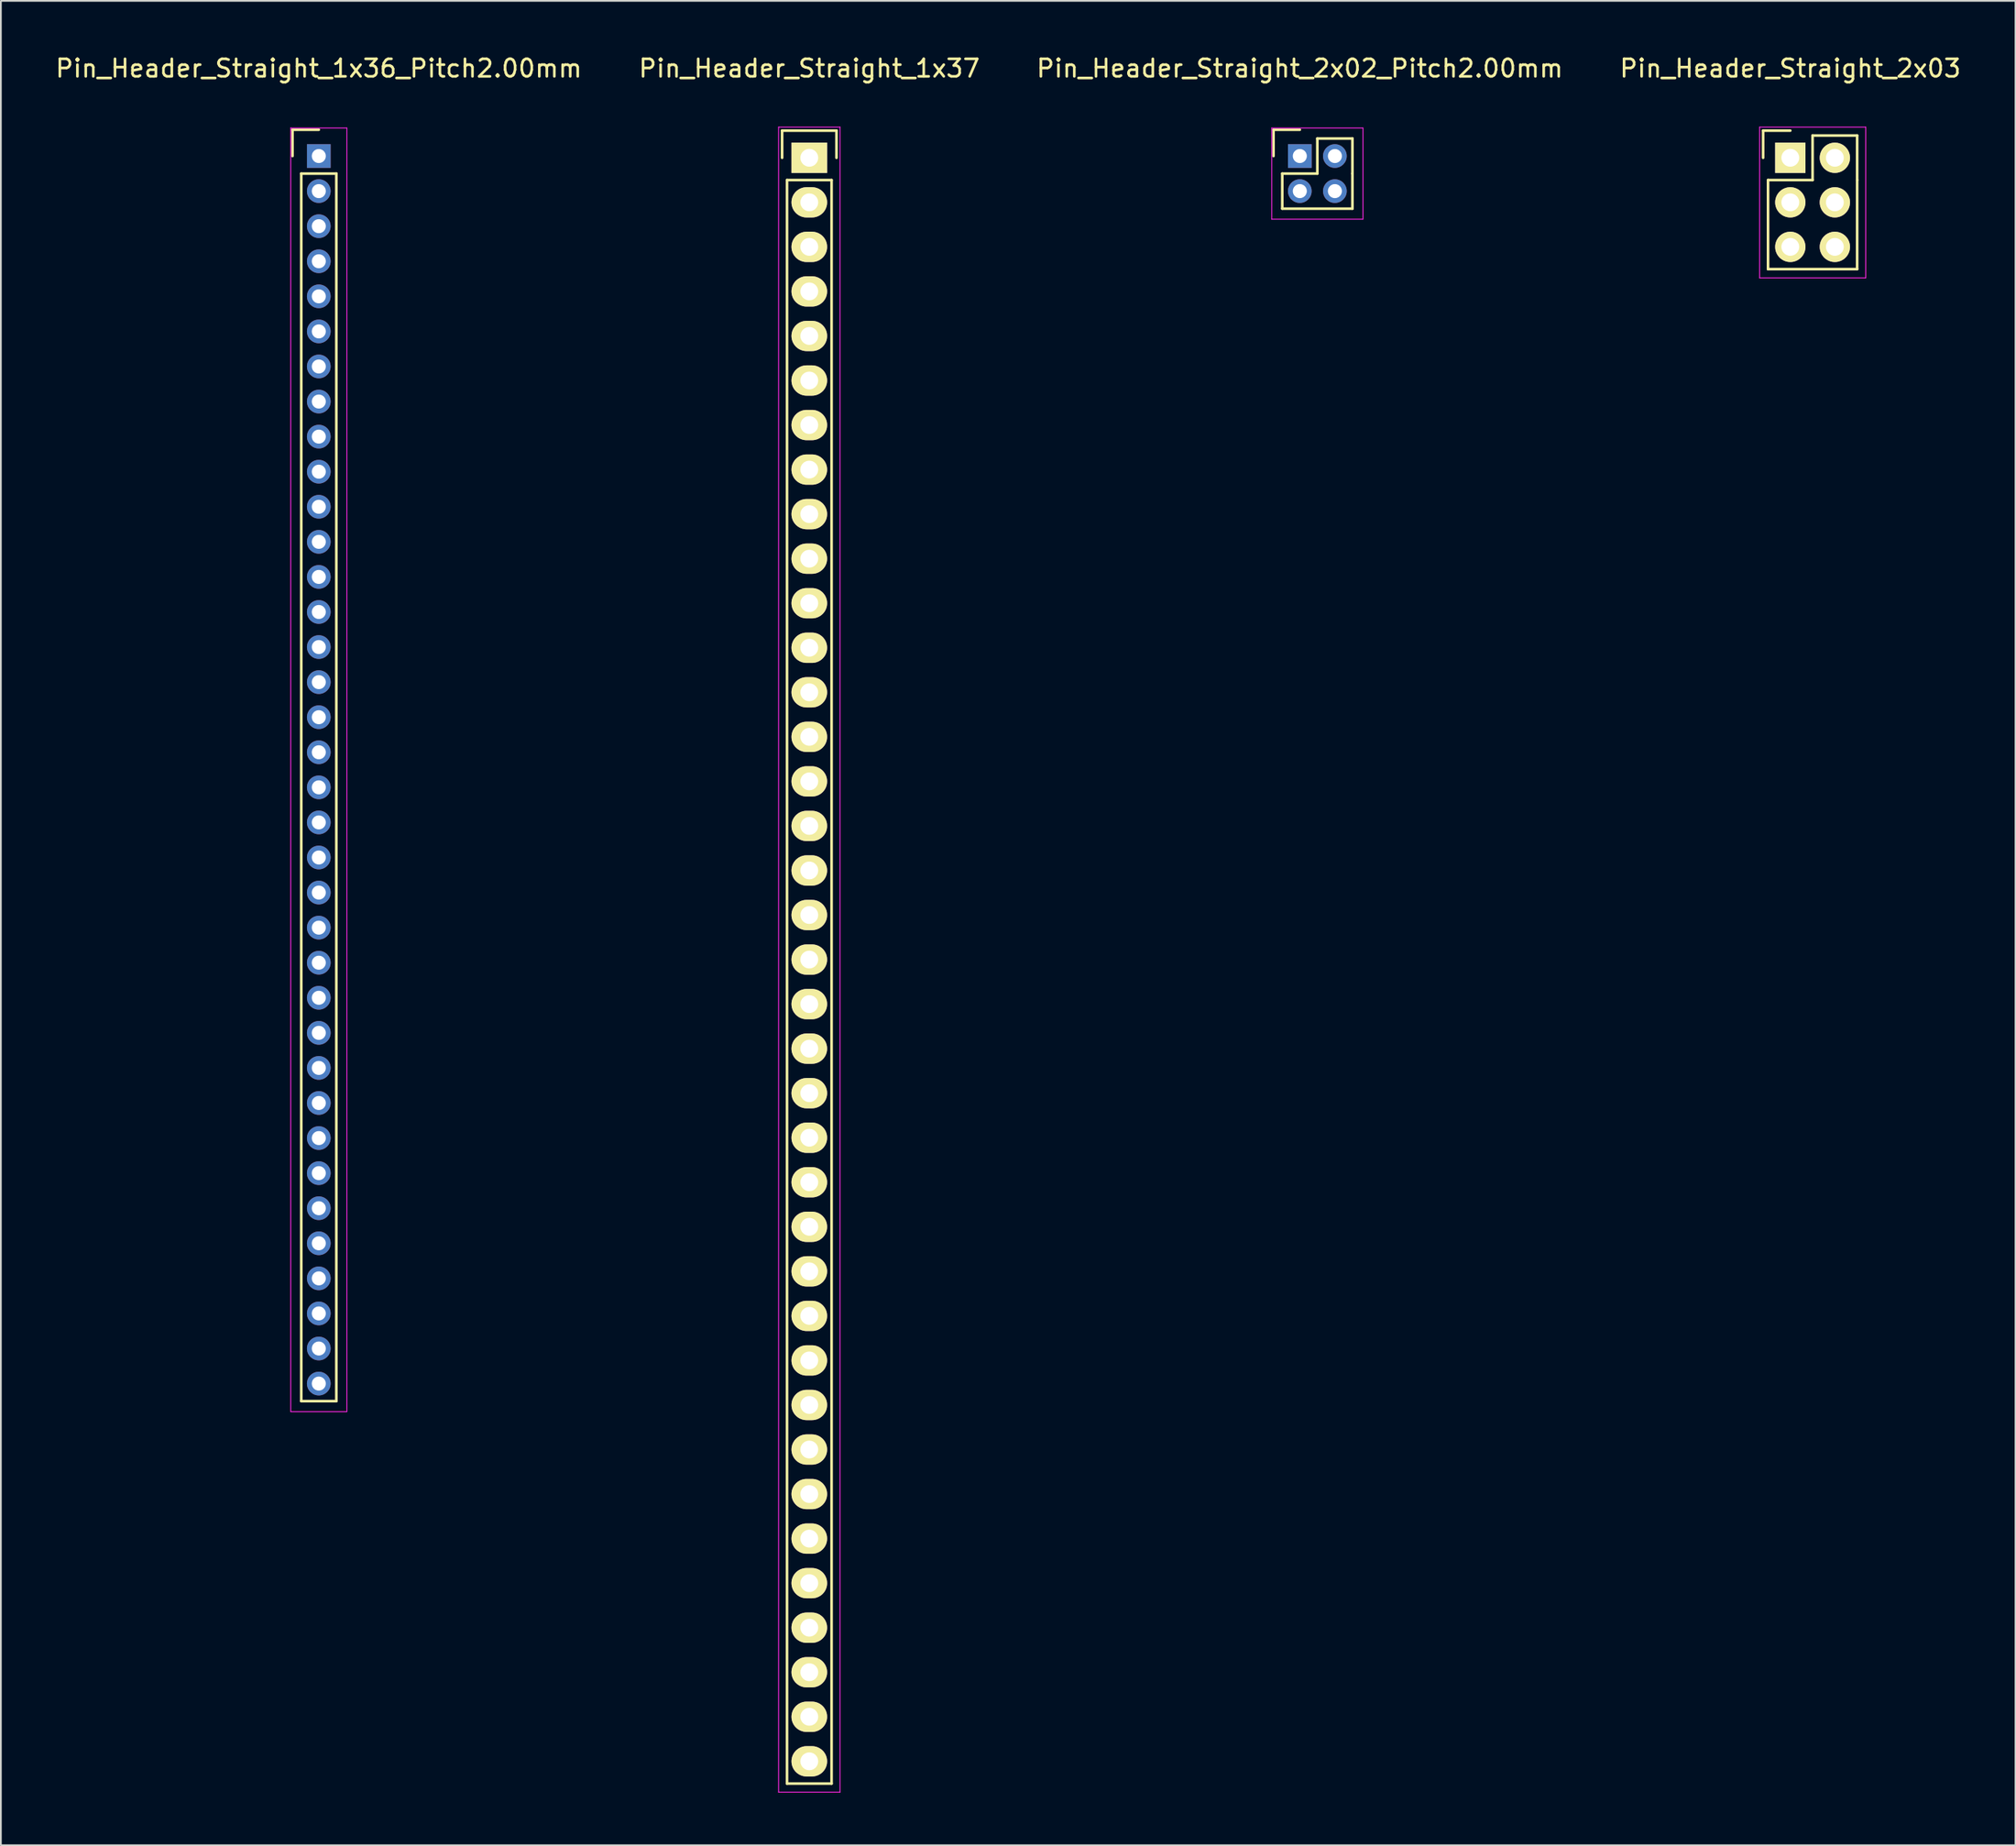
<source format=kicad_pcb>
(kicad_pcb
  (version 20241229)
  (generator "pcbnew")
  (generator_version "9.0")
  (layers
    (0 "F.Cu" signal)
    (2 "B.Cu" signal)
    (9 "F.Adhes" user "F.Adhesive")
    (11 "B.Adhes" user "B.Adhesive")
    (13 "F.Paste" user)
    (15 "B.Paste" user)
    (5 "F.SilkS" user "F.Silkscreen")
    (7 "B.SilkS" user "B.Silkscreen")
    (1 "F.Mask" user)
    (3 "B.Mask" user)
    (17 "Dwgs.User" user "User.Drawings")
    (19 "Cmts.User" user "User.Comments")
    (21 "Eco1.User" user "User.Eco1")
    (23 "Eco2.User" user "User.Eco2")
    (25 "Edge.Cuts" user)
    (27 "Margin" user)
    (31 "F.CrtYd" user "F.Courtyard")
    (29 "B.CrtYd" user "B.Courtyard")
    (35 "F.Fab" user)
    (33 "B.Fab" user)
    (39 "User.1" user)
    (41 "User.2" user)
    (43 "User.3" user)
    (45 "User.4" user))
  (footprint "Pin_Header_Straight_2x03"
    (layer "F.Cu")
    (at 99.018 5.948)
    (property "Reference" "Pin_Header_Straight_2x03" (at 0 -5.1 0) (layer "F.SilkS") (effects (font (size 1 1) (thickness 0.15))))
    (attr through_hole)
    (fp_line (start -1.55 -1.55) (end -1.55 0) (stroke (width 0.15) (type solid)) (layer "F.SilkS"))
    (fp_line (start -1.55 -1.55) (end 0 -1.55) (stroke (width 0.15) (type solid)) (layer "F.SilkS"))
    (fp_line (start -1.27 1.27) (end -1.27 6.35) (stroke (width 0.15) (type solid)) (layer "F.SilkS"))
    (fp_line (start -1.27 6.35) (end 3.81 6.35) (stroke (width 0.15) (type solid)) (layer "F.SilkS"))
    (fp_line (start 1.27 -1.27) (end 1.27 1.27) (stroke (width 0.15) (type solid)) (layer "F.SilkS"))
    (fp_line (start 1.27 1.27) (end -1.27 1.27) (stroke (width 0.15) (type solid)) (layer "F.SilkS"))
    (fp_line (start 3.81 -1.27) (end 1.27 -1.27) (stroke (width 0.15) (type solid)) (layer "F.SilkS"))
    (fp_line (start 3.81 1.27) (end 3.81 -1.27) (stroke (width 0.15) (type solid)) (layer "F.SilkS"))
    (fp_line (start 3.81 6.35) (end 3.81 1.27) (stroke (width 0.15) (type solid)) (layer "F.SilkS"))
    (fp_line (start -1.75 -1.75) (end -1.75 6.85) (stroke (width 0.05) (type solid)) (layer "F.CrtYd"))
    (fp_line (start -1.75 -1.75) (end 4.3 -1.75) (stroke (width 0.05) (type solid)) (layer "F.CrtYd"))
    (fp_line (start -1.75 6.85) (end 4.3 6.85) (stroke (width 0.05) (type solid)) (layer "F.CrtYd"))
    (fp_line (start 4.3 -1.75) (end 4.3 6.85) (stroke (width 0.05) (type solid)) (layer "F.CrtYd"))
    (pad "1" thru_hole rect (at 0 0) (size 1.727 1.727) (drill 1.016) (layers "*.Cu" "*.Mask" "F.SilkS"))
    (pad "2" thru_hole oval (at 2.54 0) (size 1.727 1.727) (drill 1.016) (layers "*.Cu" "*.Mask" "F.SilkS"))
    (pad "3" thru_hole oval (at 0 2.54) (size 1.727 1.727) (drill 1.016) (layers "*.Cu" "*.Mask" "F.SilkS"))
    (pad "4" thru_hole oval (at 2.54 2.54) (size 1.727 1.727) (drill 1.016) (layers "*.Cu" "*.Mask" "F.SilkS"))
    (pad "5" thru_hole oval (at 0 5.08) (size 1.727 1.727) (drill 1.016) (layers "*.Cu" "*.Mask" "F.SilkS"))
    (pad "6" thru_hole oval (at 2.54 5.08) (size 1.727 1.727) (drill 1.016) (layers "*.Cu" "*.Mask" "F.SilkS")))
  (footprint "Pin_Header_Straight_2x02_Pitch2.00mm"
    (layer "F.Cu")
    (at 71.054 5.848)
    (property "Reference" "Pin_Header_Straight_2x02_Pitch2.00mm" (at 0 -5 0) (layer "F.SilkS") (effects (font (size 1 1) (thickness 0.15))))
    (attr through_hole)
    (fp_line (start -1.5 -1.5) (end 0 -1.5) (stroke (width 0.15) (type solid)) (layer "F.SilkS"))
    (fp_line (start -1.5 0) (end -1.5 -1.5) (stroke (width 0.15) (type solid)) (layer "F.SilkS"))
    (fp_line (start -1 1) (end 1 1) (stroke (width 0.15) (type solid)) (layer "F.SilkS"))
    (fp_line (start -1 3) (end -1 1) (stroke (width 0.15) (type solid)) (layer "F.SilkS"))
    (fp_line (start 1 -1) (end 3 -1) (stroke (width 0.15) (type solid)) (layer "F.SilkS"))
    (fp_line (start 1 1) (end 1 -1) (stroke (width 0.15) (type solid)) (layer "F.SilkS"))
    (fp_line (start 3 -1) (end 3 1) (stroke (width 0.15) (type solid)) (layer "F.SilkS"))
    (fp_line (start 3 1) (end 3 3) (stroke (width 0.15) (type solid)) (layer "F.SilkS"))
    (fp_line (start 3 3) (end -1 3) (stroke (width 0.15) (type solid)) (layer "F.SilkS"))
    (fp_line (start -1.6 -1.6) (end 3.6 -1.6) (stroke (width 0.05) (type solid)) (layer "F.CrtYd"))
    (fp_line (start -1.6 3.6) (end -1.6 -1.6) (stroke (width 0.05) (type solid)) (layer "F.CrtYd"))
    (fp_line (start 3.6 -1.6) (end 3.6 3.6) (stroke (width 0.05) (type solid)) (layer "F.CrtYd"))
    (fp_line (start 3.6 3.6) (end -1.6 3.6) (stroke (width 0.05) (type solid)) (layer "F.CrtYd"))
    (pad "1" thru_hole rect (at 0 0) (size 1.35 1.35) (drill 0.8) (layers "*.Cu" "*.Mask"))
    (pad "2" thru_hole circle (at 2 0) (size 1.35 1.35) (drill 0.8) (layers "*.Cu" "*.Mask"))
    (pad "3" thru_hole circle (at 0 2) (size 1.35 1.35) (drill 0.8) (layers "*.Cu" "*.Mask"))
    (pad "4" thru_hole circle (at 2 2) (size 1.35 1.35) (drill 0.8) (layers "*.Cu" "*.Mask")))
  (footprint "Pin_Header_Straight_1x37"
    (layer "F.Cu")
    (at 43.089 5.948)
    (property "Reference" "Pin_Header_Straight_1x37" (at 0 -5.1 0) (layer "F.SilkS") (effects (font (size 1 1) (thickness 0.15))))
    (attr through_hole)
    (fp_line (start -1.55 -1.55) (end 1.55 -1.55) (stroke (width 0.15) (type solid)) (layer "F.SilkS"))
    (fp_line (start -1.55 0) (end -1.55 -1.55) (stroke (width 0.15) (type solid)) (layer "F.SilkS"))
    (fp_line (start -1.27 1.27) (end -1.27 92.71) (stroke (width 0.15) (type solid)) (layer "F.SilkS"))
    (fp_line (start -1.27 92.71) (end 1.27 92.71) (stroke (width 0.15) (type solid)) (layer "F.SilkS"))
    (fp_line (start 1.27 1.27) (end -1.27 1.27) (stroke (width 0.15) (type solid)) (layer "F.SilkS"))
    (fp_line (start 1.27 92.71) (end 1.27 1.27) (stroke (width 0.15) (type solid)) (layer "F.SilkS"))
    (fp_line (start 1.55 -1.55) (end 1.55 0) (stroke (width 0.15) (type solid)) (layer "F.SilkS"))
    (fp_line (start -1.75 -1.75) (end -1.75 93.2) (stroke (width 0.05) (type solid)) (layer "F.CrtYd"))
    (fp_line (start -1.75 -1.75) (end 1.75 -1.75) (stroke (width 0.05) (type solid)) (layer "F.CrtYd"))
    (fp_line (start -1.75 93.2) (end 1.75 93.2) (stroke (width 0.05) (type solid)) (layer "F.CrtYd"))
    (fp_line (start 1.75 -1.75) (end 1.75 93.2) (stroke (width 0.05) (type solid)) (layer "F.CrtYd"))
    (pad "1" thru_hole rect (at 0 0) (size 2.032 1.727) (drill 1.016) (layers "*.Cu" "*.Mask" "F.SilkS"))
    (pad "2" thru_hole oval (at 0 2.54) (size 2.032 1.727) (drill 1.016) (layers "*.Cu" "*.Mask" "F.SilkS"))
    (pad "3" thru_hole oval (at 0 5.08) (size 2.032 1.727) (drill 1.016) (layers "*.Cu" "*.Mask" "F.SilkS"))
    (pad "4" thru_hole oval (at 0 7.62) (size 2.032 1.727) (drill 1.016) (layers "*.Cu" "*.Mask" "F.SilkS"))
    (pad "5" thru_hole oval (at 0 10.16) (size 2.032 1.727) (drill 1.016) (layers "*.Cu" "*.Mask" "F.SilkS"))
    (pad "6" thru_hole oval (at 0 12.7) (size 2.032 1.727) (drill 1.016) (layers "*.Cu" "*.Mask" "F.SilkS"))
    (pad "7" thru_hole oval (at 0 15.24) (size 2.032 1.727) (drill 1.016) (layers "*.Cu" "*.Mask" "F.SilkS"))
    (pad "8" thru_hole oval (at 0 17.78) (size 2.032 1.727) (drill 1.016) (layers "*.Cu" "*.Mask" "F.SilkS"))
    (pad "9" thru_hole oval (at 0 20.32) (size 2.032 1.727) (drill 1.016) (layers "*.Cu" "*.Mask" "F.SilkS"))
    (pad "10" thru_hole oval (at 0 22.86) (size 2.032 1.727) (drill 1.016) (layers "*.Cu" "*.Mask" "F.SilkS"))
    (pad "11" thru_hole oval (at 0 25.4) (size 2.032 1.727) (drill 1.016) (layers "*.Cu" "*.Mask" "F.SilkS"))
    (pad "12" thru_hole oval (at 0 27.94) (size 2.032 1.727) (drill 1.016) (layers "*.Cu" "*.Mask" "F.SilkS"))
    (pad "13" thru_hole oval (at 0 30.48) (size 2.032 1.727) (drill 1.016) (layers "*.Cu" "*.Mask" "F.SilkS"))
    (pad "14" thru_hole oval (at 0 33.02) (size 2.032 1.727) (drill 1.016) (layers "*.Cu" "*.Mask" "F.SilkS"))
    (pad "15" thru_hole oval (at 0 35.56) (size 2.032 1.727) (drill 1.016) (layers "*.Cu" "*.Mask" "F.SilkS"))
    (pad "16" thru_hole oval (at 0 38.1) (size 2.032 1.727) (drill 1.016) (layers "*.Cu" "*.Mask" "F.SilkS"))
    (pad "17" thru_hole oval (at 0 40.64) (size 2.032 1.727) (drill 1.016) (layers "*.Cu" "*.Mask" "F.SilkS"))
    (pad "18" thru_hole oval (at 0 43.18) (size 2.032 1.727) (drill 1.016) (layers "*.Cu" "*.Mask" "F.SilkS"))
    (pad "19" thru_hole oval (at 0 45.72) (size 2.032 1.727) (drill 1.016) (layers "*.Cu" "*.Mask" "F.SilkS"))
    (pad "20" thru_hole oval (at 0 48.26) (size 2.032 1.727) (drill 1.016) (layers "*.Cu" "*.Mask" "F.SilkS"))
    (pad "21" thru_hole oval (at 0 50.8) (size 2.032 1.727) (drill 1.016) (layers "*.Cu" "*.Mask" "F.SilkS"))
    (pad "22" thru_hole oval (at 0 53.34) (size 2.032 1.727) (drill 1.016) (layers "*.Cu" "*.Mask" "F.SilkS"))
    (pad "23" thru_hole oval (at 0 55.88) (size 2.032 1.727) (drill 1.016) (layers "*.Cu" "*.Mask" "F.SilkS"))
    (pad "24" thru_hole oval (at 0 58.42) (size 2.032 1.727) (drill 1.016) (layers "*.Cu" "*.Mask" "F.SilkS"))
    (pad "25" thru_hole oval (at 0 60.96) (size 2.032 1.727) (drill 1.016) (layers "*.Cu" "*.Mask" "F.SilkS"))
    (pad "26" thru_hole oval (at 0 63.5) (size 2.032 1.727) (drill 1.016) (layers "*.Cu" "*.Mask" "F.SilkS"))
    (pad "27" thru_hole oval (at 0 66.04) (size 2.032 1.727) (drill 1.016) (layers "*.Cu" "*.Mask" "F.SilkS"))
    (pad "28" thru_hole oval (at 0 68.58) (size 2.032 1.727) (drill 1.016) (layers "*.Cu" "*.Mask" "F.SilkS"))
    (pad "29" thru_hole oval (at 0 71.12) (size 2.032 1.727) (drill 1.016) (layers "*.Cu" "*.Mask" "F.SilkS"))
    (pad "30" thru_hole oval (at 0 73.66) (size 2.032 1.727) (drill 1.016) (layers "*.Cu" "*.Mask" "F.SilkS"))
    (pad "31" thru_hole oval (at 0 76.2) (size 2.032 1.727) (drill 1.016) (layers "*.Cu" "*.Mask" "F.SilkS"))
    (pad "32" thru_hole oval (at 0 78.74) (size 2.032 1.727) (drill 1.016) (layers "*.Cu" "*.Mask" "F.SilkS"))
    (pad "33" thru_hole oval (at 0 81.28) (size 2.032 1.727) (drill 1.016) (layers "*.Cu" "*.Mask" "F.SilkS"))
    (pad "34" thru_hole oval (at 0 83.82) (size 2.032 1.727) (drill 1.016) (layers "*.Cu" "*.Mask" "F.SilkS"))
    (pad "35" thru_hole oval (at 0 86.36) (size 2.032 1.727) (drill 1.016) (layers "*.Cu" "*.Mask" "F.SilkS"))
    (pad "36" thru_hole oval (at 0 88.9) (size 2.032 1.727) (drill 1.016) (layers "*.Cu" "*.Mask" "F.SilkS"))
    (pad "37" thru_hole oval (at 0 91.44) (size 2.032 1.727) (drill 1.016) (layers "*.Cu" "*.Mask" "F.SilkS")))
  (footprint "Pin_Header_Straight_1x36_Pitch2.00mm"
    (layer "F.Cu")
    (at 15.125 5.848)
    (property "Reference" "Pin_Header_Straight_1x36_Pitch2.00mm" (at 0 -5 0) (layer "F.SilkS") (effects (font (size 1 1) (thickness 0.15))))
    (attr through_hole)
    (fp_line (start -1.5 -1.5) (end 0 -1.5) (stroke (width 0.15) (type solid)) (layer "F.SilkS"))
    (fp_line (start -1.5 0) (end -1.5 -1.5) (stroke (width 0.15) (type solid)) (layer "F.SilkS"))
    (fp_line (start -1 1) (end 1 1) (stroke (width 0.15) (type solid)) (layer "F.SilkS"))
    (fp_line (start -1 71) (end -1 1) (stroke (width 0.15) (type solid)) (layer "F.SilkS"))
    (fp_line (start 1 1) (end 1 71) (stroke (width 0.15) (type solid)) (layer "F.SilkS"))
    (fp_line (start 1 71) (end -1 71) (stroke (width 0.15) (type solid)) (layer "F.SilkS"))
    (fp_line (start -1.6 -1.6) (end 1.6 -1.6) (stroke (width 0.05) (type solid)) (layer "F.CrtYd"))
    (fp_line (start -1.6 71.6) (end -1.6 -1.6) (stroke (width 0.05) (type solid)) (layer "F.CrtYd"))
    (fp_line (start 1.6 -1.6) (end 1.6 71.6) (stroke (width 0.05) (type solid)) (layer "F.CrtYd"))
    (fp_line (start 1.6 71.6) (end -1.6 71.6) (stroke (width 0.05) (type solid)) (layer "F.CrtYd"))
    (pad "1" thru_hole rect (at 0 0) (size 1.35 1.35) (drill 0.8) (layers "*.Cu" "*.Mask"))
    (pad "2" thru_hole circle (at 0 2) (size 1.35 1.35) (drill 0.8) (layers "*.Cu" "*.Mask"))
    (pad "3" thru_hole circle (at 0 4) (size 1.35 1.35) (drill 0.8) (layers "*.Cu" "*.Mask"))
    (pad "4" thru_hole circle (at 0 6) (size 1.35 1.35) (drill 0.8) (layers "*.Cu" "*.Mask"))
    (pad "5" thru_hole circle (at 0 8) (size 1.35 1.35) (drill 0.8) (layers "*.Cu" "*.Mask"))
    (pad "6" thru_hole circle (at 0 10) (size 1.35 1.35) (drill 0.8) (layers "*.Cu" "*.Mask"))
    (pad "7" thru_hole circle (at 0 12) (size 1.35 1.35) (drill 0.8) (layers "*.Cu" "*.Mask"))
    (pad "8" thru_hole circle (at 0 14) (size 1.35 1.35) (drill 0.8) (layers "*.Cu" "*.Mask"))
    (pad "9" thru_hole circle (at 0 16) (size 1.35 1.35) (drill 0.8) (layers "*.Cu" "*.Mask"))
    (pad "10" thru_hole circle (at 0 18) (size 1.35 1.35) (drill 0.8) (layers "*.Cu" "*.Mask"))
    (pad "11" thru_hole circle (at 0 20) (size 1.35 1.35) (drill 0.8) (layers "*.Cu" "*.Mask"))
    (pad "12" thru_hole circle (at 0 22) (size 1.35 1.35) (drill 0.8) (layers "*.Cu" "*.Mask"))
    (pad "13" thru_hole circle (at 0 24) (size 1.35 1.35) (drill 0.8) (layers "*.Cu" "*.Mask"))
    (pad "14" thru_hole circle (at 0 26) (size 1.35 1.35) (drill 0.8) (layers "*.Cu" "*.Mask"))
    (pad "15" thru_hole circle (at 0 28) (size 1.35 1.35) (drill 0.8) (layers "*.Cu" "*.Mask"))
    (pad "16" thru_hole circle (at 0 30) (size 1.35 1.35) (drill 0.8) (layers "*.Cu" "*.Mask"))
    (pad "17" thru_hole circle (at 0 32) (size 1.35 1.35) (drill 0.8) (layers "*.Cu" "*.Mask"))
    (pad "18" thru_hole circle (at 0 34) (size 1.35 1.35) (drill 0.8) (layers "*.Cu" "*.Mask"))
    (pad "19" thru_hole circle (at 0 36) (size 1.35 1.35) (drill 0.8) (layers "*.Cu" "*.Mask"))
    (pad "20" thru_hole circle (at 0 38) (size 1.35 1.35) (drill 0.8) (layers "*.Cu" "*.Mask"))
    (pad "21" thru_hole circle (at 0 40) (size 1.35 1.35) (drill 0.8) (layers "*.Cu" "*.Mask"))
    (pad "22" thru_hole circle (at 0 42) (size 1.35 1.35) (drill 0.8) (layers "*.Cu" "*.Mask"))
    (pad "23" thru_hole circle (at 0 44) (size 1.35 1.35) (drill 0.8) (layers "*.Cu" "*.Mask"))
    (pad "24" thru_hole circle (at 0 46) (size 1.35 1.35) (drill 0.8) (layers "*.Cu" "*.Mask"))
    (pad "25" thru_hole circle (at 0 48) (size 1.35 1.35) (drill 0.8) (layers "*.Cu" "*.Mask"))
    (pad "26" thru_hole circle (at 0 50) (size 1.35 1.35) (drill 0.8) (layers "*.Cu" "*.Mask"))
    (pad "27" thru_hole circle (at 0 52) (size 1.35 1.35) (drill 0.8) (layers "*.Cu" "*.Mask"))
    (pad "28" thru_hole circle (at 0 54) (size 1.35 1.35) (drill 0.8) (layers "*.Cu" "*.Mask"))
    (pad "29" thru_hole circle (at 0 56) (size 1.35 1.35) (drill 0.8) (layers "*.Cu" "*.Mask"))
    (pad "30" thru_hole circle (at 0 58) (size 1.35 1.35) (drill 0.8) (layers "*.Cu" "*.Mask"))
    (pad "31" thru_hole circle (at 0 60) (size 1.35 1.35) (drill 0.8) (layers "*.Cu" "*.Mask"))
    (pad "32" thru_hole circle (at 0 62) (size 1.35 1.35) (drill 0.8) (layers "*.Cu" "*.Mask"))
    (pad "33" thru_hole circle (at 0 64) (size 1.35 1.35) (drill 0.8) (layers "*.Cu" "*.Mask"))
    (pad "34" thru_hole circle (at 0 66) (size 1.35 1.35) (drill 0.8) (layers "*.Cu" "*.Mask"))
    (pad "35" thru_hole circle (at 0 68) (size 1.35 1.35) (drill 0.8) (layers "*.Cu" "*.Mask"))
    (pad "36" thru_hole circle (at 0 70) (size 1.35 1.35) (drill 0.8) (layers "*.Cu" "*.Mask")))
  (gr_rect
    (start -3 -3)
    (end 111.857 102.173)
    (stroke (width 0.1) (type default))
    (fill no)
    (layer "Edge.Cuts")))
</source>
